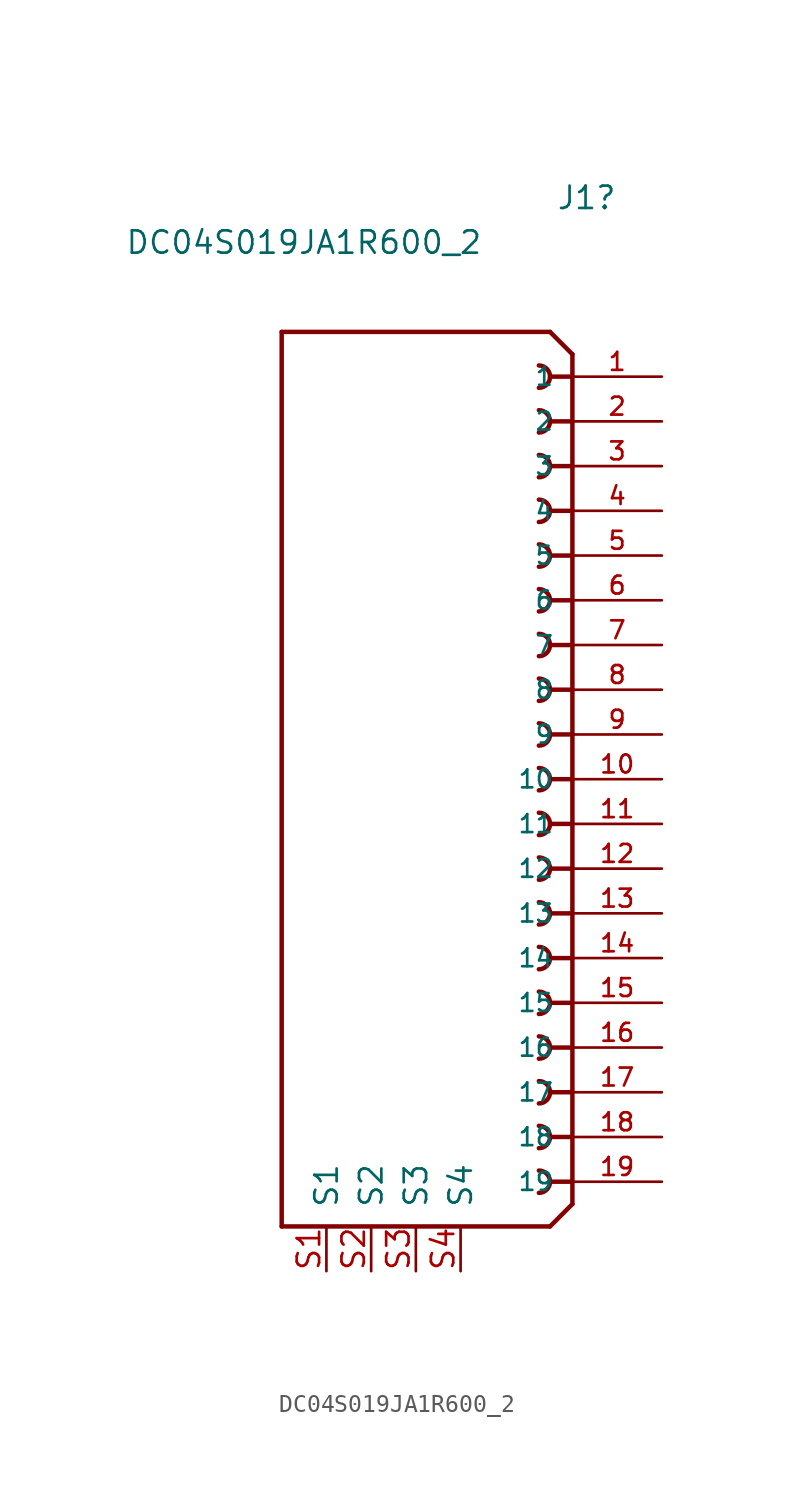
<source format=kicad_sym>
(kicad_symbol_lib
  (version 20211014)
  (generator kicad_symbol_editor)
  (symbol "DC04S019JA1R600_2"
    (pin_names
      (offset 1.016))
    (property "Reference" "J1"
      (at 2.54 33.02 0)
      (effects (font (size 1.27 1.27)) (justify right)))
    (property "Value" "DC04S019JA1R600_2"
      (at -5.08 30.48 0)
      (effects (font (size 1.27 1.27)) (justify right)))
    (property "ki_locked" ""
      (at 0 0 0)
      (effects (font (size 1.27 1.27))))
    (symbol "DC04S019JA1R600_2_0_0"
      (arc (start -1.905 -23.495) (mid -1.27 -22.86) (end -1.905 -22.225) (stroke (width 0.254) (type default) (color 0 0 0 0)) (fill (type none)))
      (arc (start -1.905 -20.955) (mid -1.27 -20.32) (end -1.905 -19.685) (stroke (width 0.254) (type default) (color 0 0 0 0)) (fill (type none)))
      (arc (start -1.905 -18.415) (mid -1.27 -17.78) (end -1.905 -17.145) (stroke (width 0.254) (type default) (color 0 0 0 0)) (fill (type none)))
      (arc (start -1.905 -15.875) (mid -1.27 -15.24) (end -1.905 -14.605) (stroke (width 0.254) (type default) (color 0 0 0 0)) (fill (type none)))
      (arc (start -1.905 -13.335) (mid -1.27 -12.7) (end -1.905 -12.065) (stroke (width 0.254) (type default) (color 0 0 0 0)) (fill (type none)))
      (arc (start -1.905 -10.795) (mid -1.27 -10.16) (end -1.905 -9.525) (stroke (width 0.254) (type default) (color 0 0 0 0)) (fill (type none)))
      (arc (start -1.905 -8.255) (mid -1.27 -7.62) (end -1.905 -6.985) (stroke (width 0.254) (type default) (color 0 0 0 0)) (fill (type none)))
      (arc (start -1.905 -5.715) (mid -1.27 -5.08) (end -1.905 -4.445) (stroke (width 0.254) (type default) (color 0 0 0 0)) (fill (type none)))
      (arc (start -1.905 -3.175) (mid -1.27 -2.54) (end -1.905 -1.905) (stroke (width 0.254) (type default) (color 0 0 0 0)) (fill (type none)))
      (arc (start -1.905 -0.635) (mid -1.27 0) (end -1.905 0.635) (stroke (width 0.254) (type default) (color 0 0 0 0)) (fill (type none)))
      (arc (start -1.905 1.905) (mid -1.27 2.54) (end -1.905 3.175) (stroke (width 0.254) (type default) (color 0 0 0 0)) (fill (type none)))
      (arc (start -1.905 4.445) (mid -1.27 5.08) (end -1.905 5.715) (stroke (width 0.254) (type default) (color 0 0 0 0)) (fill (type none)))
      (arc (start -1.905 6.985) (mid -1.27 7.62) (end -1.905 8.255) (stroke (width 0.254) (type default) (color 0 0 0 0)) (fill (type none)))
      (arc (start -1.905 9.525) (mid -1.27 10.16) (end -1.905 10.795) (stroke (width 0.254) (type default) (color 0 0 0 0)) (fill (type none)))
      (arc (start -1.905 12.065) (mid -1.27 12.7) (end -1.905 13.335) (stroke (width 0.254) (type default) (color 0 0 0 0)) (fill (type none)))
      (arc (start -1.905 14.605) (mid -1.27 15.24) (end -1.905 15.875) (stroke (width 0.254) (type default) (color 0 0 0 0)) (fill (type none)))
      (arc (start -1.905 17.145) (mid -1.27 17.78) (end -1.905 18.415) (stroke (width 0.254) (type default) (color 0 0 0 0)) (fill (type none)))
      (arc (start -1.905 19.685) (mid -1.27 20.32) (end -1.905 20.955) (stroke (width 0.254) (type default) (color 0 0 0 0)) (fill (type none)))
      (arc (start -1.905 22.225) (mid -1.27 22.86) (end -1.905 23.495) (stroke (width 0.254) (type default) (color 0 0 0 0)) (fill (type none)))
      (polyline (pts (xy -16.51 -25.4) (xy -16.51 25.4)) (stroke (width 0.254) (type default) (color 0 0 0 0)) (fill (type none)))
      (polyline (pts (xy -16.51 25.4) (xy -1.27 25.4)) (stroke (width 0.254) (type default) (color 0 0 0 0)) (fill (type none)))
      (polyline (pts (xy -1.27 -25.4) (xy -16.51 -25.4)) (stroke (width 0.254) (type default) (color 0 0 0 0)) (fill (type none)))
      (polyline (pts (xy 0 -24.13) (xy -1.27 -25.4)) (stroke (width 0.254) (type default) (color 0 0 0 0)) (fill (type none)))
      (polyline (pts (xy 0 -22.86) (xy -1.27 -22.86)) (stroke (width 0.254) (type default) (color 0 0 0 0)) (fill (type none)))
      (polyline (pts (xy 0 -20.32) (xy -1.27 -20.32)) (stroke (width 0.254) (type default) (color 0 0 0 0)) (fill (type none)))
      (polyline (pts (xy 0 -17.78) (xy -1.27 -17.78)) (stroke (width 0.254) (type default) (color 0 0 0 0)) (fill (type none)))
      (polyline (pts (xy 0 -15.24) (xy -1.27 -15.24)) (stroke (width 0.254) (type default) (color 0 0 0 0)) (fill (type none)))
      (polyline (pts (xy 0 -12.7) (xy -1.27 -12.7)) (stroke (width 0.254) (type default) (color 0 0 0 0)) (fill (type none)))
      (polyline (pts (xy 0 -10.16) (xy -1.27 -10.16)) (stroke (width 0.254) (type default) (color 0 0 0 0)) (fill (type none)))
      (polyline (pts (xy 0 -7.62) (xy -1.27 -7.62)) (stroke (width 0.254) (type default) (color 0 0 0 0)) (fill (type none)))
      (polyline (pts (xy 0 -5.08) (xy -1.27 -5.08)) (stroke (width 0.254) (type default) (color 0 0 0 0)) (fill (type none)))
      (polyline (pts (xy 0 -2.54) (xy -1.27 -2.54)) (stroke (width 0.254) (type default) (color 0 0 0 0)) (fill (type none)))
      (polyline (pts (xy 0 0) (xy -1.27 0)) (stroke (width 0.254) (type default) (color 0 0 0 0)) (fill (type none)))
      (polyline (pts (xy 0 2.54) (xy -1.27 2.54)) (stroke (width 0.254) (type default) (color 0 0 0 0)) (fill (type none)))
      (polyline (pts (xy 0 5.08) (xy -1.27 5.08)) (stroke (width 0.254) (type default) (color 0 0 0 0)) (fill (type none)))
      (polyline (pts (xy 0 7.62) (xy -1.27 7.62)) (stroke (width 0.254) (type default) (color 0 0 0 0)) (fill (type none)))
      (polyline (pts (xy 0 10.16) (xy -1.27 10.16)) (stroke (width 0.254) (type default) (color 0 0 0 0)) (fill (type none)))
      (polyline (pts (xy 0 12.7) (xy -1.27 12.7)) (stroke (width 0.254) (type default) (color 0 0 0 0)) (fill (type none)))
      (polyline (pts (xy 0 15.24) (xy -1.27 15.24)) (stroke (width 0.254) (type default) (color 0 0 0 0)) (fill (type none)))
      (polyline (pts (xy 0 17.78) (xy -1.27 17.78)) (stroke (width 0.254) (type default) (color 0 0 0 0)) (fill (type none)))
      (polyline (pts (xy 0 20.32) (xy -1.27 20.32)) (stroke (width 0.254) (type default) (color 0 0 0 0)) (fill (type none)))
      (polyline (pts (xy 0 22.86) (xy -1.27 22.86)) (stroke (width 0.254) (type default) (color 0 0 0 0)) (fill (type none)))
      (polyline (pts (xy 0 22.86) (xy 0 -24.13)) (stroke (width 0.254) (type default) (color 0 0 0 0)) (fill (type none)))
      (polyline (pts (xy 0 24.13) (xy -1.27 25.4)) (stroke (width 0.254) (type default) (color 0 0 0 0)) (fill (type none)))
      (polyline (pts (xy 0 24.13) (xy 0 22.86)) (stroke (width 0.254) (type default) (color 0 0 0 0)) (fill (type none)))
      (pin passive line (at 5.08 22.86 180) (length 5.08) (name "1" (effects (font (size 1.016 1.016)))) (number "1" (effects (font (size 1.016 1.016)))))
      (pin passive line (at 5.08 0 180) (length 5.08) (name "10" (effects (font (size 1.016 1.016)))) (number "10" (effects (font (size 1.016 1.016)))))
      (pin passive line (at 5.08 -2.54 180) (length 5.08) (name "11" (effects (font (size 1.016 1.016)))) (number "11" (effects (font (size 1.016 1.016)))))
      (pin passive line (at 5.08 -5.08 180) (length 5.08) (name "12" (effects (font (size 1.016 1.016)))) (number "12" (effects (font (size 1.016 1.016)))))
      (pin passive line (at 5.08 -7.62 180) (length 5.08) (name "13" (effects (font (size 1.016 1.016)))) (number "13" (effects (font (size 1.016 1.016)))))
      (pin passive line (at 5.08 -10.16 180) (length 5.08) (name "14" (effects (font (size 1.016 1.016)))) (number "14" (effects (font (size 1.016 1.016)))))
      (pin passive line (at 5.08 -12.7 180) (length 5.08) (name "15" (effects (font (size 1.016 1.016)))) (number "15" (effects (font (size 1.016 1.016)))))
      (pin passive line (at 5.08 -15.24 180) (length 5.08) (name "16" (effects (font (size 1.016 1.016)))) (number "16" (effects (font (size 1.016 1.016)))))
      (pin passive line (at 5.08 -17.78 180) (length 5.08) (name "17" (effects (font (size 1.016 1.016)))) (number "17" (effects (font (size 1.016 1.016)))))
      (pin passive line (at 5.08 -20.32 180) (length 5.08) (name "18" (effects (font (size 1.016 1.016)))) (number "18" (effects (font (size 1.016 1.016)))))
      (pin passive line (at 5.08 -22.86 180) (length 5.08) (name "19" (effects (font (size 1.016 1.016)))) (number "19" (effects (font (size 1.016 1.016)))))
      (pin passive line (at 5.08 20.32 180) (length 5.08) (name "2" (effects (font (size 1.016 1.016)))) (number "2" (effects (font (size 1.016 1.016)))))
      (pin passive line (at 5.08 17.78 180) (length 5.08) (name "3" (effects (font (size 1.016 1.016)))) (number "3" (effects (font (size 1.016 1.016)))))
      (pin passive line (at 5.08 15.24 180) (length 5.08) (name "4" (effects (font (size 1.016 1.016)))) (number "4" (effects (font (size 1.016 1.016)))))
      (pin passive line (at 5.08 12.7 180) (length 5.08) (name "5" (effects (font (size 1.016 1.016)))) (number "5" (effects (font (size 1.016 1.016)))))
      (pin passive line (at 5.08 10.16 180) (length 5.08) (name "6" (effects (font (size 1.016 1.016)))) (number "6" (effects (font (size 1.016 1.016)))))
      (pin passive line (at 5.08 7.62 180) (length 5.08) (name "7" (effects (font (size 1.016 1.016)))) (number "7" (effects (font (size 1.016 1.016)))))
      (pin passive line (at 5.08 5.08 180) (length 5.08) (name "8" (effects (font (size 1.016 1.016)))) (number "8" (effects (font (size 1.016 1.016)))))
      (pin passive line (at 5.08 2.54 180) (length 5.08) (name "9" (effects (font (size 1.016 1.016)))) (number "9" (effects (font (size 1.016 1.016))))))
    (symbol "DC04S019JA1R600_2_1_1"
      (pin passive line (at -13.97 -27.94 90) (length 2.54) (name "S1" (effects (font (size 1.27 1.27)))) (number "S1" (effects (font (size 1.27 1.27)))))
      (pin passive line (at -11.43 -27.94 90) (length 2.54) (name "S2" (effects (font (size 1.27 1.27)))) (number "S2" (effects (font (size 1.27 1.27)))))
      (pin passive line (at -8.89 -27.94 90) (length 2.54) (name "S3" (effects (font (size 1.27 1.27)))) (number "S3" (effects (font (size 1.27 1.27)))))
      (pin passive line (at -6.35 -27.94 90) (length 2.54) (name "S4" (effects (font (size 1.27 1.27)))) (number "S4" (effects (font (size 1.27 1.27))))))))
</source>
